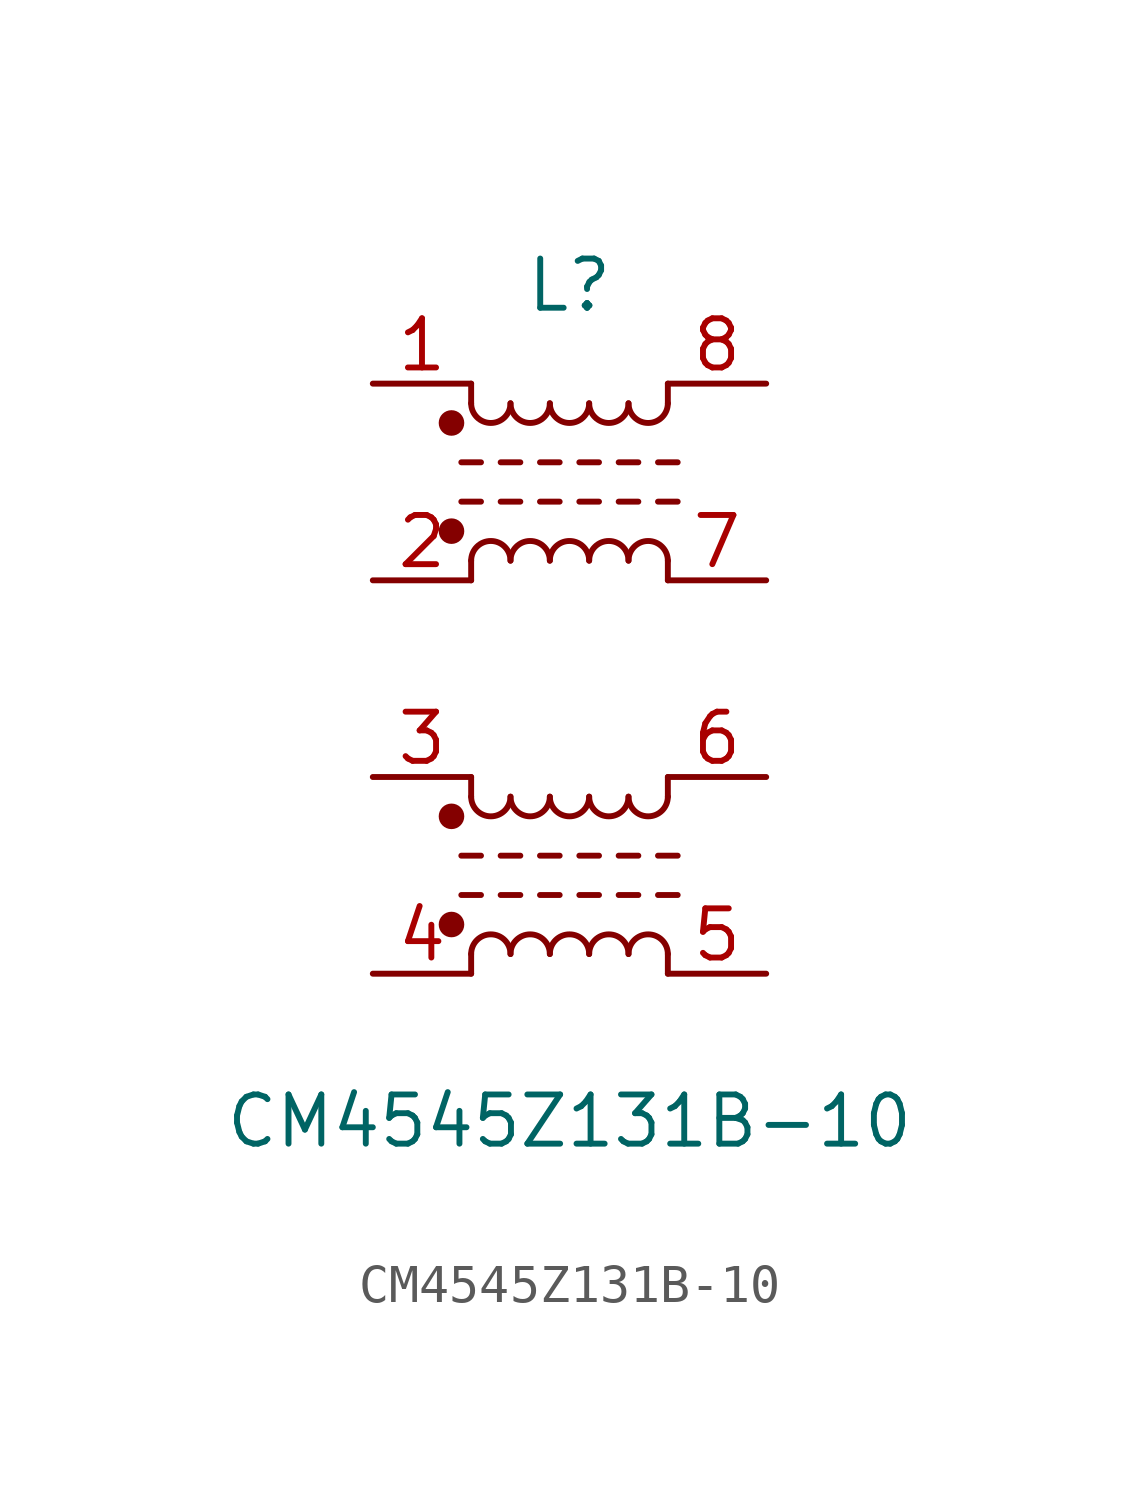
<source format=kicad_sym>
(kicad_symbol_lib
  (version 20220914)
  (generator kicad_symbol_editor)
  (symbol "CM4545Z131B-10"
    (pin_names
      (offset 0.254) hide)
    (property "Reference" "L"
      (at 0 10.16 0)
      (effects (font (size 1.27 1.27))))
    (property "Value" "CM4545Z131B-10"
      (at 0 -11.43 0)
      (effects (font (size 1.27 1.27))))
    (symbol "CM4545Z131B-10_0_1"
      (circle (center -3.048 3.81) (radius 0.254) (stroke (width 0) (type solid)) (fill (type outline)))
      (circle (center -3.048 6.604) (radius 0.254) (stroke (width 0) (type solid)) (fill (type outline)))
      (arc (start -2.54 7.112) (mid -2.032 6.6062) (end -1.524 7.112) (stroke (width 0) (type solid)) (fill (type none)))
      (arc (start -1.524 3.048) (mid -2.032 3.5538) (end -2.54 3.048) (stroke (width 0) (type solid)) (fill (type none)))
      (arc (start -1.524 7.112) (mid -1.016 6.6062) (end -0.508 7.112) (stroke (width 0) (type solid)) (fill (type none)))
      (arc (start -0.508 3.048) (mid -1.016 3.5538) (end -1.524 3.048) (stroke (width 0) (type solid)) (fill (type none)))
      (arc (start -0.508 7.112) (mid 0 6.6062) (end 0.508 7.112) (stroke (width 0) (type solid)) (fill (type none)))
      (polyline (pts (xy -2.794 4.572) (xy -2.286 4.572)) (stroke (width 0) (type solid)) (fill (type none)))
      (polyline (pts (xy -2.794 5.588) (xy -2.286 5.588)) (stroke (width 0) (type solid)) (fill (type none)))
      (polyline (pts (xy -2.54 3.048) (xy -2.54 2.54)) (stroke (width 0) (type solid)) (fill (type none)))
      (polyline (pts (xy -2.54 7.112) (xy -2.54 7.62)) (stroke (width 0) (type solid)) (fill (type none)))
      (polyline (pts (xy -1.778 4.572) (xy -1.27 4.572)) (stroke (width 0) (type solid)) (fill (type none)))
      (polyline (pts (xy -1.778 5.588) (xy -1.27 5.588)) (stroke (width 0) (type solid)) (fill (type none)))
      (polyline (pts (xy -0.762 4.572) (xy -0.254 4.572)) (stroke (width 0) (type solid)) (fill (type none)))
      (polyline (pts (xy -0.762 5.588) (xy -0.254 5.588)) (stroke (width 0) (type solid)) (fill (type none)))
      (polyline (pts (xy 0.254 4.572) (xy 0.762 4.572)) (stroke (width 0) (type solid)) (fill (type none)))
      (polyline (pts (xy 0.254 5.588) (xy 0.762 5.588)) (stroke (width 0) (type solid)) (fill (type none)))
      (polyline (pts (xy 1.27 4.572) (xy 1.778 4.572)) (stroke (width 0) (type solid)) (fill (type none)))
      (polyline (pts (xy 1.27 5.588) (xy 1.778 5.588)) (stroke (width 0) (type solid)) (fill (type none)))
      (polyline (pts (xy 2.286 4.572) (xy 2.794 4.572)) (stroke (width 0) (type solid)) (fill (type none)))
      (polyline (pts (xy 2.286 5.588) (xy 2.794 5.588)) (stroke (width 0) (type solid)) (fill (type none)))
      (polyline (pts (xy 2.54 3.048) (xy 2.54 2.54)) (stroke (width 0) (type solid)) (fill (type none)))
      (polyline (pts (xy 2.54 7.62) (xy 2.54 7.112)) (stroke (width 0) (type solid)) (fill (type none)))
      (arc (start 0.508 3.048) (mid 0 3.5538) (end -0.508 3.048) (stroke (width 0) (type solid)) (fill (type none)))
      (arc (start 0.508 7.112) (mid 1.016 6.6062) (end 1.524 7.112) (stroke (width 0) (type solid)) (fill (type none)))
      (arc (start 1.524 3.048) (mid 1.016 3.5538) (end 0.508 3.048) (stroke (width 0) (type solid)) (fill (type none)))
      (arc (start 1.524 7.112) (mid 2.032 6.6062) (end 2.54 7.112) (stroke (width 0) (type solid)) (fill (type none)))
      (arc (start 2.54 3.048) (mid 2.032 3.5538) (end 1.524 3.048) (stroke (width 0) (type solid)) (fill (type none))))
    (symbol "CM4545Z131B-10_1_1"
      (circle (center -3.048 -6.35) (radius 0.254) (stroke (width 0) (type solid)) (fill (type outline)))
      (circle (center -3.048 -3.556) (radius 0.254) (stroke (width 0) (type solid)) (fill (type outline)))
      (arc (start -2.54 -3.048) (mid -2.032 -3.5538) (end -1.524 -3.048) (stroke (width 0) (type solid)) (fill (type none)))
      (arc (start -1.524 -7.112) (mid -2.032 -6.6062) (end -2.54 -7.112) (stroke (width 0) (type solid)) (fill (type none)))
      (arc (start -1.524 -3.048) (mid -1.016 -3.5538) (end -0.508 -3.048) (stroke (width 0) (type solid)) (fill (type none)))
      (arc (start -0.508 -7.112) (mid -1.016 -6.6062) (end -1.524 -7.112) (stroke (width 0) (type solid)) (fill (type none)))
      (arc (start -0.508 -3.048) (mid 0 -3.5538) (end 0.508 -3.048) (stroke (width 0) (type solid)) (fill (type none)))
      (polyline (pts (xy -2.794 -5.588) (xy -2.286 -5.588)) (stroke (width 0) (type solid)) (fill (type none)))
      (polyline (pts (xy -2.794 -4.572) (xy -2.286 -4.572)) (stroke (width 0) (type solid)) (fill (type none)))
      (polyline (pts (xy -2.54 -7.112) (xy -2.54 -7.62)) (stroke (width 0) (type solid)) (fill (type none)))
      (polyline (pts (xy -2.54 -3.048) (xy -2.54 -2.54)) (stroke (width 0) (type solid)) (fill (type none)))
      (polyline (pts (xy -1.778 -5.588) (xy -1.27 -5.588)) (stroke (width 0) (type solid)) (fill (type none)))
      (polyline (pts (xy -1.778 -4.572) (xy -1.27 -4.572)) (stroke (width 0) (type solid)) (fill (type none)))
      (polyline (pts (xy -0.762 -5.588) (xy -0.254 -5.588)) (stroke (width 0) (type solid)) (fill (type none)))
      (polyline (pts (xy -0.762 -4.572) (xy -0.254 -4.572)) (stroke (width 0) (type solid)) (fill (type none)))
      (polyline (pts (xy 0.254 -5.588) (xy 0.762 -5.588)) (stroke (width 0) (type solid)) (fill (type none)))
      (polyline (pts (xy 0.254 -4.572) (xy 0.762 -4.572)) (stroke (width 0) (type solid)) (fill (type none)))
      (polyline (pts (xy 1.27 -5.588) (xy 1.778 -5.588)) (stroke (width 0) (type solid)) (fill (type none)))
      (polyline (pts (xy 1.27 -4.572) (xy 1.778 -4.572)) (stroke (width 0) (type solid)) (fill (type none)))
      (polyline (pts (xy 2.286 -5.588) (xy 2.794 -5.588)) (stroke (width 0) (type solid)) (fill (type none)))
      (polyline (pts (xy 2.286 -4.572) (xy 2.794 -4.572)) (stroke (width 0) (type solid)) (fill (type none)))
      (polyline (pts (xy 2.54 -7.112) (xy 2.54 -7.62)) (stroke (width 0) (type solid)) (fill (type none)))
      (polyline (pts (xy 2.54 -2.54) (xy 2.54 -3.048)) (stroke (width 0) (type solid)) (fill (type none)))
      (arc (start 0.508 -7.112) (mid 0 -6.6062) (end -0.508 -7.112) (stroke (width 0) (type solid)) (fill (type none)))
      (arc (start 0.508 -3.048) (mid 1.016 -3.5538) (end 1.524 -3.048) (stroke (width 0) (type solid)) (fill (type none)))
      (arc (start 1.524 -7.112) (mid 1.016 -6.6062) (end 0.508 -7.112) (stroke (width 0) (type solid)) (fill (type none)))
      (arc (start 1.524 -3.048) (mid 2.032 -3.5538) (end 2.54 -3.048) (stroke (width 0) (type solid)) (fill (type none)))
      (arc (start 2.54 -7.112) (mid 2.032 -6.6062) (end 1.524 -7.112) (stroke (width 0) (type solid)) (fill (type none)))
      (pin passive line (at -5.08 7.62 0) (length 2.54) (name "1" (effects (font (size 1.27 1.27)))) (number "1" (effects (font (size 1.27 1.27)))))
      (pin passive line (at -5.08 2.54 0) (length 2.54) (name "2" (effects (font (size 1.27 1.27)))) (number "2" (effects (font (size 1.27 1.27)))))
      (pin passive line (at -5.08 -2.54 0) (length 2.54) (name "3" (effects (font (size 1.27 1.27)))) (number "3" (effects (font (size 1.27 1.27)))))
      (pin passive line (at -5.08 -7.62 0) (length 2.54) (name "4" (effects (font (size 1.27 1.27)))) (number "4" (effects (font (size 1.27 1.27)))))
      (pin passive line (at 5.08 -7.62 180) (length 2.54) (name "5" (effects (font (size 1.27 1.27)))) (number "5" (effects (font (size 1.27 1.27)))))
      (pin passive line (at 5.08 -2.54 180) (length 2.54) (name "6" (effects (font (size 1.27 1.27)))) (number "6" (effects (font (size 1.27 1.27)))))
      (pin passive line (at 5.08 2.54 180) (length 2.54) (name "7" (effects (font (size 1.27 1.27)))) (number "7" (effects (font (size 1.27 1.27)))))
      (pin passive line (at 5.08 7.62 180) (length 2.54) (name "8" (effects (font (size 1.27 1.27)))) (number "8" (effects (font (size 1.27 1.27))))))))
</source>
